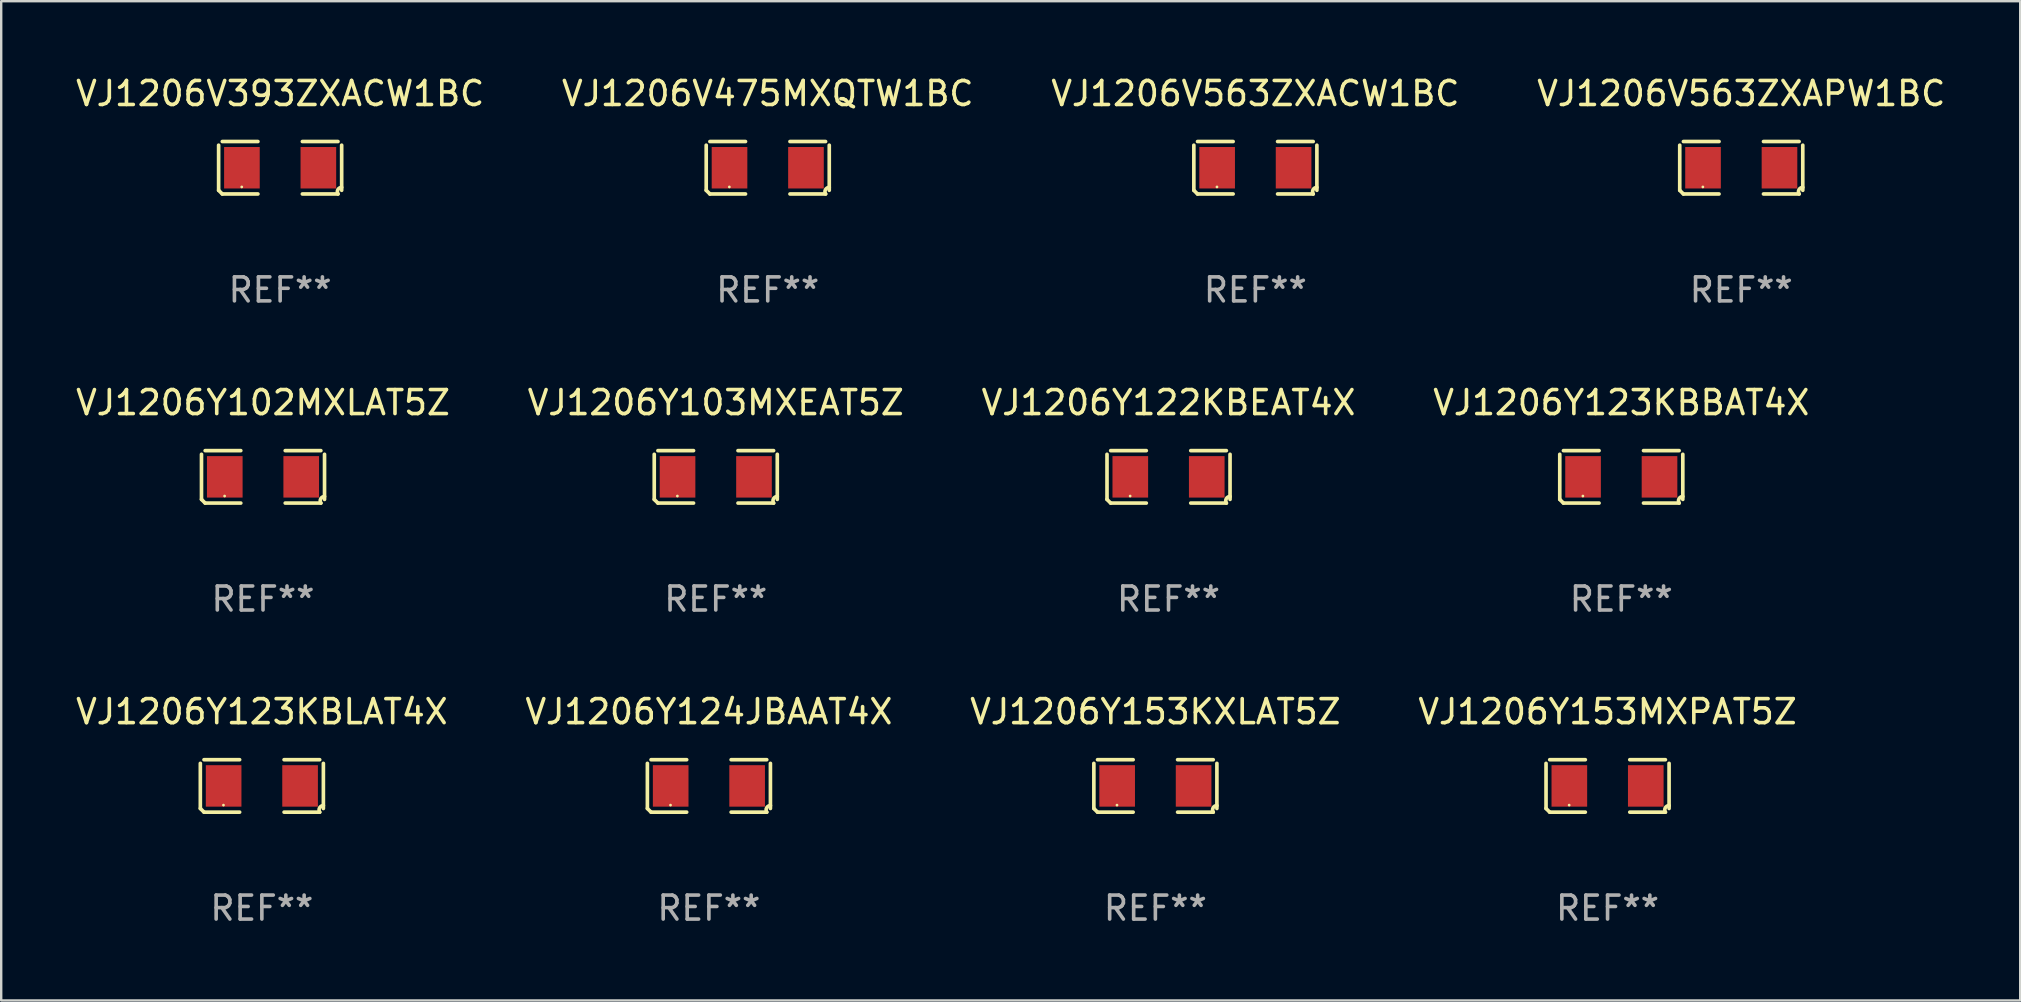
<source format=kicad_pcb>
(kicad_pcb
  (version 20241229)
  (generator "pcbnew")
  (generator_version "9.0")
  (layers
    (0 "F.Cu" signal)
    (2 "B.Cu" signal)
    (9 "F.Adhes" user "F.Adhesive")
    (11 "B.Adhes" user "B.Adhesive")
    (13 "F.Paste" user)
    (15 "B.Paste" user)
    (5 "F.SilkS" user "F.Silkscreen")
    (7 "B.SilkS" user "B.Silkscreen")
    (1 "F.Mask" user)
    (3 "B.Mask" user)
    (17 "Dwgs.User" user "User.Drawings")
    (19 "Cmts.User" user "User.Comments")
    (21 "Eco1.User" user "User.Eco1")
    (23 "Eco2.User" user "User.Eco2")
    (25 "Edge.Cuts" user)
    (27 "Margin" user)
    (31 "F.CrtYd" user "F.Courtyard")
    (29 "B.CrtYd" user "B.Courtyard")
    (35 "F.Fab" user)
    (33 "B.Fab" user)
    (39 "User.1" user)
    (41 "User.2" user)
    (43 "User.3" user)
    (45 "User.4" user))
  (footprint "VJ1206Y123KBBAT4X"
    (layer "F.Cu")
    (at 64.518 16.823)
    (property "Reference" "VJ1206Y123KBBAT4X" (at 0 -3.093 0) (layer "F.SilkS") (effects (font (size 1 1) (thickness 0.15))))
    (attr through_hole)
    (fp_line (start -2.564 0.94) (end -2.564 -0.94) (stroke (width 0.152) (type solid)) (layer "F.SilkS"))
    (fp_line (start -2.411 -1.093) (end -0.926 -1.093) (stroke (width 0.152) (type solid)) (layer "F.SilkS"))
    (fp_line (start -0.926 1.093) (end -2.411 1.093) (stroke (width 0.152) (type solid)) (layer "F.SilkS"))
    (fp_line (start 0.926 1.093) (end 2.411 1.093) (stroke (width 0.152) (type solid)) (layer "F.SilkS"))
    (fp_line (start 2.411 -1.093) (end 0.926 -1.093) (stroke (width 0.152) (type solid)) (layer "F.SilkS"))
    (fp_line (start 2.564 0.94) (end 2.564 -0.94) (stroke (width 0.152) (type solid)) (layer "F.SilkS"))
    (fp_arc (start -2.411201 1.092609) (mid -2.487413 1.01642) (end -2.563602 0.940208) (stroke (width 0.1524) (type solid)) (layer "F.SilkS"))
    (fp_arc (start 2.411201 1.092609) (mid 2.407159 0.911226) (end 2.563602 0.819347) (stroke (width 0.1524) (type solid)) (layer "F.SilkS"))
    (fp_circle (center -1.6 0.8) (end -1.57 0.8) (stroke (width 0.06) (type solid)) (fill no) (layer "F.SilkS"))
    (fp_text user "REF**" (at 0 5.093 0) (layer "F.Fab") (effects (font (size 1 1) (thickness 0.15))))
    (pad "1" smd rect (at -1.593 0) (size 1.485 1.728) (layers "F.Cu" "F.Mask" "F.Paste"))
    (pad "2" smd rect (at 1.593 0) (size 1.485 1.728) (layers "F.Cu" "F.Mask" "F.Paste")))
  (footprint "VJ1206Y153KXLAT5Z"
    (layer "F.Cu")
    (at 45.101 29.704)
    (property "Reference" "VJ1206Y153KXLAT5Z" (at 0 -3.093 0) (layer "F.SilkS") (effects (font (size 1 1) (thickness 0.15))))
    (attr through_hole)
    (fp_line (start -2.564 0.94) (end -2.564 -0.94) (stroke (width 0.152) (type solid)) (layer "F.SilkS"))
    (fp_line (start -2.411 -1.093) (end -0.926 -1.093) (stroke (width 0.152) (type solid)) (layer "F.SilkS"))
    (fp_line (start -0.926 1.093) (end -2.411 1.093) (stroke (width 0.152) (type solid)) (layer "F.SilkS"))
    (fp_line (start 0.926 1.093) (end 2.411 1.093) (stroke (width 0.152) (type solid)) (layer "F.SilkS"))
    (fp_line (start 2.411 -1.093) (end 0.926 -1.093) (stroke (width 0.152) (type solid)) (layer "F.SilkS"))
    (fp_line (start 2.564 0.94) (end 2.564 -0.94) (stroke (width 0.152) (type solid)) (layer "F.SilkS"))
    (fp_arc (start -2.411201 1.092609) (mid -2.487413 1.01642) (end -2.563602 0.940208) (stroke (width 0.1524) (type solid)) (layer "F.SilkS"))
    (fp_arc (start 2.411201 1.092609) (mid 2.407159 0.911226) (end 2.563602 0.819347) (stroke (width 0.1524) (type solid)) (layer "F.SilkS"))
    (fp_circle (center -1.6 0.8) (end -1.57 0.8) (stroke (width 0.06) (type solid)) (fill no) (layer "F.SilkS"))
    (fp_text user "REF**" (at 0 5.093 0) (layer "F.Fab") (effects (font (size 1 1) (thickness 0.15))))
    (pad "1" smd rect (at -1.593 0) (size 1.485 1.728) (layers "F.Cu" "F.Mask" "F.Paste"))
    (pad "2" smd rect (at 1.593 0) (size 1.485 1.728) (layers "F.Cu" "F.Mask" "F.Paste")))
  (footprint "VJ1206V563ZXAPW1BC"
    (layer "F.Cu")
    (at 69.518 3.941)
    (property "Reference" "VJ1206V563ZXAPW1BC" (at 0 -3.093 0) (layer "F.SilkS") (effects (font (size 1 1) (thickness 0.15))))
    (attr through_hole)
    (fp_line (start -2.564 0.94) (end -2.564 -0.94) (stroke (width 0.152) (type solid)) (layer "F.SilkS"))
    (fp_line (start -2.411 -1.093) (end -0.926 -1.093) (stroke (width 0.152) (type solid)) (layer "F.SilkS"))
    (fp_line (start -0.926 1.093) (end -2.411 1.093) (stroke (width 0.152) (type solid)) (layer "F.SilkS"))
    (fp_line (start 0.926 1.093) (end 2.411 1.093) (stroke (width 0.152) (type solid)) (layer "F.SilkS"))
    (fp_line (start 2.411 -1.093) (end 0.926 -1.093) (stroke (width 0.152) (type solid)) (layer "F.SilkS"))
    (fp_line (start 2.564 0.94) (end 2.564 -0.94) (stroke (width 0.152) (type solid)) (layer "F.SilkS"))
    (fp_arc (start -2.411201 1.092609) (mid -2.487413 1.01642) (end -2.563602 0.940208) (stroke (width 0.1524) (type solid)) (layer "F.SilkS"))
    (fp_arc (start 2.411201 1.092609) (mid 2.407159 0.911226) (end 2.563602 0.819347) (stroke (width 0.1524) (type solid)) (layer "F.SilkS"))
    (fp_circle (center -1.6 0.8) (end -1.57 0.8) (stroke (width 0.06) (type solid)) (fill no) (layer "F.SilkS"))
    (fp_text user "REF**" (at 0 5.093 0) (layer "F.Fab") (effects (font (size 1 1) (thickness 0.15))))
    (pad "1" smd rect (at -1.593 0) (size 1.485 1.728) (layers "F.Cu" "F.Mask" "F.Paste"))
    (pad "2" smd rect (at 1.593 0) (size 1.485 1.728) (layers "F.Cu" "F.Mask" "F.Paste")))
  (footprint "VJ1206V563ZXACW1BC"
    (layer "F.Cu")
    (at 49.268 3.941)
    (property "Reference" "VJ1206V563ZXACW1BC" (at 0 -3.093 0) (layer "F.SilkS") (effects (font (size 1 1) (thickness 0.15))))
    (attr through_hole)
    (fp_line (start -2.564 0.94) (end -2.564 -0.94) (stroke (width 0.152) (type solid)) (layer "F.SilkS"))
    (fp_line (start -2.411 -1.093) (end -0.926 -1.093) (stroke (width 0.152) (type solid)) (layer "F.SilkS"))
    (fp_line (start -0.926 1.093) (end -2.411 1.093) (stroke (width 0.152) (type solid)) (layer "F.SilkS"))
    (fp_line (start 0.926 1.093) (end 2.411 1.093) (stroke (width 0.152) (type solid)) (layer "F.SilkS"))
    (fp_line (start 2.411 -1.093) (end 0.926 -1.093) (stroke (width 0.152) (type solid)) (layer "F.SilkS"))
    (fp_line (start 2.564 0.94) (end 2.564 -0.94) (stroke (width 0.152) (type solid)) (layer "F.SilkS"))
    (fp_arc (start -2.411201 1.092609) (mid -2.487413 1.01642) (end -2.563602 0.940208) (stroke (width 0.1524) (type solid)) (layer "F.SilkS"))
    (fp_arc (start 2.411201 1.092609) (mid 2.407159 0.911226) (end 2.563602 0.819347) (stroke (width 0.1524) (type solid)) (layer "F.SilkS"))
    (fp_circle (center -1.6 0.8) (end -1.57 0.8) (stroke (width 0.06) (type solid)) (fill no) (layer "F.SilkS"))
    (fp_text user "REF**" (at 0 5.093 0) (layer "F.Fab") (effects (font (size 1 1) (thickness 0.15))))
    (pad "1" smd rect (at -1.593 0) (size 1.485 1.728) (layers "F.Cu" "F.Mask" "F.Paste"))
    (pad "2" smd rect (at 1.593 0) (size 1.485 1.728) (layers "F.Cu" "F.Mask" "F.Paste")))
  (footprint "VJ1206V393ZXACW1BC"
    (layer "F.Cu")
    (at 8.625 3.941)
    (property "Reference" "VJ1206V393ZXACW1BC" (at 0 -3.093 0) (layer "F.SilkS") (effects (font (size 1 1) (thickness 0.15))))
    (attr through_hole)
    (fp_line (start -2.564 0.94) (end -2.564 -0.94) (stroke (width 0.152) (type solid)) (layer "F.SilkS"))
    (fp_line (start -2.411 -1.093) (end -0.926 -1.093) (stroke (width 0.152) (type solid)) (layer "F.SilkS"))
    (fp_line (start -0.926 1.093) (end -2.411 1.093) (stroke (width 0.152) (type solid)) (layer "F.SilkS"))
    (fp_line (start 0.926 1.093) (end 2.411 1.093) (stroke (width 0.152) (type solid)) (layer "F.SilkS"))
    (fp_line (start 2.411 -1.093) (end 0.926 -1.093) (stroke (width 0.152) (type solid)) (layer "F.SilkS"))
    (fp_line (start 2.564 0.94) (end 2.564 -0.94) (stroke (width 0.152) (type solid)) (layer "F.SilkS"))
    (fp_arc (start -2.411201 1.092609) (mid -2.487413 1.01642) (end -2.563602 0.940208) (stroke (width 0.1524) (type solid)) (layer "F.SilkS"))
    (fp_arc (start 2.411201 1.092609) (mid 2.407159 0.911226) (end 2.563602 0.819347) (stroke (width 0.1524) (type solid)) (layer "F.SilkS"))
    (fp_circle (center -1.6 0.8) (end -1.57 0.8) (stroke (width 0.06) (type solid)) (fill no) (layer "F.SilkS"))
    (fp_text user "REF**" (at 0 5.093 0) (layer "F.Fab") (effects (font (size 1 1) (thickness 0.15))))
    (pad "1" smd rect (at -1.593 0) (size 1.485 1.728) (layers "F.Cu" "F.Mask" "F.Paste"))
    (pad "2" smd rect (at 1.593 0) (size 1.485 1.728) (layers "F.Cu" "F.Mask" "F.Paste")))
  (footprint "VJ1206Y122KBEAT4X"
    (layer "F.Cu")
    (at 45.649 16.823)
    (property "Reference" "VJ1206Y122KBEAT4X" (at 0 -3.093 0) (layer "F.SilkS") (effects (font (size 1 1) (thickness 0.15))))
    (attr through_hole)
    (fp_line (start -2.564 0.94) (end -2.564 -0.94) (stroke (width 0.152) (type solid)) (layer "F.SilkS"))
    (fp_line (start -2.411 -1.093) (end -0.926 -1.093) (stroke (width 0.152) (type solid)) (layer "F.SilkS"))
    (fp_line (start -0.926 1.093) (end -2.411 1.093) (stroke (width 0.152) (type solid)) (layer "F.SilkS"))
    (fp_line (start 0.926 1.093) (end 2.411 1.093) (stroke (width 0.152) (type solid)) (layer "F.SilkS"))
    (fp_line (start 2.411 -1.093) (end 0.926 -1.093) (stroke (width 0.152) (type solid)) (layer "F.SilkS"))
    (fp_line (start 2.564 0.94) (end 2.564 -0.94) (stroke (width 0.152) (type solid)) (layer "F.SilkS"))
    (fp_arc (start -2.411201 1.092609) (mid -2.487413 1.01642) (end -2.563602 0.940208) (stroke (width 0.1524) (type solid)) (layer "F.SilkS"))
    (fp_arc (start 2.411201 1.092609) (mid 2.407159 0.911226) (end 2.563602 0.819347) (stroke (width 0.1524) (type solid)) (layer "F.SilkS"))
    (fp_circle (center -1.6 0.8) (end -1.57 0.8) (stroke (width 0.06) (type solid)) (fill no) (layer "F.SilkS"))
    (fp_text user "REF**" (at 0 5.093 0) (layer "F.Fab") (effects (font (size 1 1) (thickness 0.15))))
    (pad "1" smd rect (at -1.593 0) (size 1.485 1.728) (layers "F.Cu" "F.Mask" "F.Paste"))
    (pad "2" smd rect (at 1.593 0) (size 1.485 1.728) (layers "F.Cu" "F.Mask" "F.Paste")))
  (footprint "VJ1206Y124JBAAT4X"
    (layer "F.Cu")
    (at 26.494 29.704)
    (property "Reference" "VJ1206Y124JBAAT4X" (at 0 -3.093 0) (layer "F.SilkS") (effects (font (size 1 1) (thickness 0.15))))
    (attr through_hole)
    (fp_line (start -2.564 0.94) (end -2.564 -0.94) (stroke (width 0.152) (type solid)) (layer "F.SilkS"))
    (fp_line (start -2.411 -1.093) (end -0.926 -1.093) (stroke (width 0.152) (type solid)) (layer "F.SilkS"))
    (fp_line (start -0.926 1.093) (end -2.411 1.093) (stroke (width 0.152) (type solid)) (layer "F.SilkS"))
    (fp_line (start 0.926 1.093) (end 2.411 1.093) (stroke (width 0.152) (type solid)) (layer "F.SilkS"))
    (fp_line (start 2.411 -1.093) (end 0.926 -1.093) (stroke (width 0.152) (type solid)) (layer "F.SilkS"))
    (fp_line (start 2.564 0.94) (end 2.564 -0.94) (stroke (width 0.152) (type solid)) (layer "F.SilkS"))
    (fp_arc (start -2.411201 1.092609) (mid -2.487413 1.01642) (end -2.563602 0.940208) (stroke (width 0.1524) (type solid)) (layer "F.SilkS"))
    (fp_arc (start 2.411201 1.092609) (mid 2.407159 0.911226) (end 2.563602 0.819347) (stroke (width 0.1524) (type solid)) (layer "F.SilkS"))
    (fp_circle (center -1.6 0.8) (end -1.57 0.8) (stroke (width 0.06) (type solid)) (fill no) (layer "F.SilkS"))
    (fp_text user "REF**" (at 0 5.093 0) (layer "F.Fab") (effects (font (size 1 1) (thickness 0.15))))
    (pad "1" smd rect (at -1.593 0) (size 1.485 1.728) (layers "F.Cu" "F.Mask" "F.Paste"))
    (pad "2" smd rect (at 1.593 0) (size 1.485 1.728) (layers "F.Cu" "F.Mask" "F.Paste")))
  (footprint "VJ1206Y102MXLAT5Z"
    (layer "F.Cu")
    (at 7.911 16.823)
    (property "Reference" "VJ1206Y102MXLAT5Z" (at 0 -3.093 0) (layer "F.SilkS") (effects (font (size 1 1) (thickness 0.15))))
    (attr through_hole)
    (fp_line (start -2.564 0.94) (end -2.564 -0.94) (stroke (width 0.152) (type solid)) (layer "F.SilkS"))
    (fp_line (start -2.411 -1.093) (end -0.926 -1.093) (stroke (width 0.152) (type solid)) (layer "F.SilkS"))
    (fp_line (start -0.926 1.093) (end -2.411 1.093) (stroke (width 0.152) (type solid)) (layer "F.SilkS"))
    (fp_line (start 0.926 1.093) (end 2.411 1.093) (stroke (width 0.152) (type solid)) (layer "F.SilkS"))
    (fp_line (start 2.411 -1.093) (end 0.926 -1.093) (stroke (width 0.152) (type solid)) (layer "F.SilkS"))
    (fp_line (start 2.564 0.94) (end 2.564 -0.94) (stroke (width 0.152) (type solid)) (layer "F.SilkS"))
    (fp_arc (start -2.411201 1.092609) (mid -2.487413 1.01642) (end -2.563602 0.940208) (stroke (width 0.1524) (type solid)) (layer "F.SilkS"))
    (fp_arc (start 2.411201 1.092609) (mid 2.407159 0.911226) (end 2.563602 0.819347) (stroke (width 0.1524) (type solid)) (layer "F.SilkS"))
    (fp_circle (center -1.6 0.8) (end -1.57 0.8) (stroke (width 0.06) (type solid)) (fill no) (layer "F.SilkS"))
    (fp_text user "REF**" (at 0 5.093 0) (layer "F.Fab") (effects (font (size 1 1) (thickness 0.15))))
    (pad "1" smd rect (at -1.593 0) (size 1.485 1.728) (layers "F.Cu" "F.Mask" "F.Paste"))
    (pad "2" smd rect (at 1.593 0) (size 1.485 1.728) (layers "F.Cu" "F.Mask" "F.Paste")))
  (footprint "VJ1206V475MXQTW1BC"
    (layer "F.Cu")
    (at 28.946 3.941)
    (property "Reference" "VJ1206V475MXQTW1BC" (at 0 -3.093 0) (layer "F.SilkS") (effects (font (size 1 1) (thickness 0.15))))
    (attr through_hole)
    (fp_line (start -2.564 0.94) (end -2.564 -0.94) (stroke (width 0.152) (type solid)) (layer "F.SilkS"))
    (fp_line (start -2.411 -1.093) (end -0.926 -1.093) (stroke (width 0.152) (type solid)) (layer "F.SilkS"))
    (fp_line (start -0.926 1.093) (end -2.411 1.093) (stroke (width 0.152) (type solid)) (layer "F.SilkS"))
    (fp_line (start 0.926 1.093) (end 2.411 1.093) (stroke (width 0.152) (type solid)) (layer "F.SilkS"))
    (fp_line (start 2.411 -1.093) (end 0.926 -1.093) (stroke (width 0.152) (type solid)) (layer "F.SilkS"))
    (fp_line (start 2.564 0.94) (end 2.564 -0.94) (stroke (width 0.152) (type solid)) (layer "F.SilkS"))
    (fp_arc (start -2.411201 1.092609) (mid -2.487413 1.01642) (end -2.563602 0.940208) (stroke (width 0.1524) (type solid)) (layer "F.SilkS"))
    (fp_arc (start 2.411201 1.092609) (mid 2.407159 0.911226) (end 2.563602 0.819347) (stroke (width 0.1524) (type solid)) (layer "F.SilkS"))
    (fp_circle (center -1.6 0.8) (end -1.57 0.8) (stroke (width 0.06) (type solid)) (fill no) (layer "F.SilkS"))
    (fp_text user "REF**" (at 0 5.093 0) (layer "F.Fab") (effects (font (size 1 1) (thickness 0.15))))
    (pad "1" smd rect (at -1.593 0) (size 1.485 1.728) (layers "F.Cu" "F.Mask" "F.Paste"))
    (pad "2" smd rect (at 1.593 0) (size 1.485 1.728) (layers "F.Cu" "F.Mask" "F.Paste")))
  (footprint "VJ1206Y103MXEAT5Z"
    (layer "F.Cu")
    (at 26.78 16.823)
    (property "Reference" "VJ1206Y103MXEAT5Z" (at 0 -3.093 0) (layer "F.SilkS") (effects (font (size 1 1) (thickness 0.15))))
    (attr through_hole)
    (fp_line (start -2.564 0.94) (end -2.564 -0.94) (stroke (width 0.152) (type solid)) (layer "F.SilkS"))
    (fp_line (start -2.411 -1.093) (end -0.926 -1.093) (stroke (width 0.152) (type solid)) (layer "F.SilkS"))
    (fp_line (start -0.926 1.093) (end -2.411 1.093) (stroke (width 0.152) (type solid)) (layer "F.SilkS"))
    (fp_line (start 0.926 1.093) (end 2.411 1.093) (stroke (width 0.152) (type solid)) (layer "F.SilkS"))
    (fp_line (start 2.411 -1.093) (end 0.926 -1.093) (stroke (width 0.152) (type solid)) (layer "F.SilkS"))
    (fp_line (start 2.564 0.94) (end 2.564 -0.94) (stroke (width 0.152) (type solid)) (layer "F.SilkS"))
    (fp_arc (start -2.411201 1.092609) (mid -2.487413 1.01642) (end -2.563602 0.940208) (stroke (width 0.1524) (type solid)) (layer "F.SilkS"))
    (fp_arc (start 2.411201 1.092609) (mid 2.407159 0.911226) (end 2.563602 0.819347) (stroke (width 0.1524) (type solid)) (layer "F.SilkS"))
    (fp_circle (center -1.6 0.8) (end -1.57 0.8) (stroke (width 0.06) (type solid)) (fill no) (layer "F.SilkS"))
    (fp_text user "REF**" (at 0 5.093 0) (layer "F.Fab") (effects (font (size 1 1) (thickness 0.15))))
    (pad "1" smd rect (at -1.593 0) (size 1.485 1.728) (layers "F.Cu" "F.Mask" "F.Paste"))
    (pad "2" smd rect (at 1.593 0) (size 1.485 1.728) (layers "F.Cu" "F.Mask" "F.Paste")))
  (footprint "VJ1206Y153MXPAT5Z"
    (layer "F.Cu")
    (at 63.946 29.704)
    (property "Reference" "VJ1206Y153MXPAT5Z" (at 0 -3.093 0) (layer "F.SilkS") (effects (font (size 1 1) (thickness 0.15))))
    (attr through_hole)
    (fp_line (start -2.564 0.94) (end -2.564 -0.94) (stroke (width 0.152) (type solid)) (layer "F.SilkS"))
    (fp_line (start -2.411 -1.093) (end -0.926 -1.093) (stroke (width 0.152) (type solid)) (layer "F.SilkS"))
    (fp_line (start -0.926 1.093) (end -2.411 1.093) (stroke (width 0.152) (type solid)) (layer "F.SilkS"))
    (fp_line (start 0.926 1.093) (end 2.411 1.093) (stroke (width 0.152) (type solid)) (layer "F.SilkS"))
    (fp_line (start 2.411 -1.093) (end 0.926 -1.093) (stroke (width 0.152) (type solid)) (layer "F.SilkS"))
    (fp_line (start 2.564 0.94) (end 2.564 -0.94) (stroke (width 0.152) (type solid)) (layer "F.SilkS"))
    (fp_arc (start -2.411201 1.092609) (mid -2.487413 1.01642) (end -2.563602 0.940208) (stroke (width 0.1524) (type solid)) (layer "F.SilkS"))
    (fp_arc (start 2.411201 1.092609) (mid 2.407159 0.911226) (end 2.563602 0.819347) (stroke (width 0.1524) (type solid)) (layer "F.SilkS"))
    (fp_circle (center -1.6 0.8) (end -1.57 0.8) (stroke (width 0.06) (type solid)) (fill no) (layer "F.SilkS"))
    (fp_text user "REF**" (at 0 5.093 0) (layer "F.Fab") (effects (font (size 1 1) (thickness 0.15))))
    (pad "1" smd rect (at -1.593 0) (size 1.485 1.728) (layers "F.Cu" "F.Mask" "F.Paste"))
    (pad "2" smd rect (at 1.593 0) (size 1.485 1.728) (layers "F.Cu" "F.Mask" "F.Paste")))
  (footprint "VJ1206Y123KBLAT4X"
    (layer "F.Cu")
    (at 7.863 29.704)
    (property "Reference" "VJ1206Y123KBLAT4X" (at 0 -3.093 0) (layer "F.SilkS") (effects (font (size 1 1) (thickness 0.15))))
    (attr through_hole)
    (fp_line (start -2.564 0.94) (end -2.564 -0.94) (stroke (width 0.152) (type solid)) (layer "F.SilkS"))
    (fp_line (start -2.411 -1.093) (end -0.926 -1.093) (stroke (width 0.152) (type solid)) (layer "F.SilkS"))
    (fp_line (start -0.926 1.093) (end -2.411 1.093) (stroke (width 0.152) (type solid)) (layer "F.SilkS"))
    (fp_line (start 0.926 1.093) (end 2.411 1.093) (stroke (width 0.152) (type solid)) (layer "F.SilkS"))
    (fp_line (start 2.411 -1.093) (end 0.926 -1.093) (stroke (width 0.152) (type solid)) (layer "F.SilkS"))
    (fp_line (start 2.564 0.94) (end 2.564 -0.94) (stroke (width 0.152) (type solid)) (layer "F.SilkS"))
    (fp_arc (start -2.411201 1.092609) (mid -2.487413 1.01642) (end -2.563602 0.940208) (stroke (width 0.1524) (type solid)) (layer "F.SilkS"))
    (fp_arc (start 2.411201 1.092609) (mid 2.407159 0.911226) (end 2.563602 0.819347) (stroke (width 0.1524) (type solid)) (layer "F.SilkS"))
    (fp_circle (center -1.6 0.8) (end -1.57 0.8) (stroke (width 0.06) (type solid)) (fill no) (layer "F.SilkS"))
    (fp_text user "REF**" (at 0 5.093 0) (layer "F.Fab") (effects (font (size 1 1) (thickness 0.15))))
    (pad "1" smd rect (at -1.593 0) (size 1.485 1.728) (layers "F.Cu" "F.Mask" "F.Paste"))
    (pad "2" smd rect (at 1.593 0) (size 1.485 1.728) (layers "F.Cu" "F.Mask" "F.Paste")))
  (gr_rect
    (start -3 -3)
    (end 81.143 38.645)
    (stroke (width 0.1) (type default))
    (fill no)
    (layer "Edge.Cuts")))
</source>
